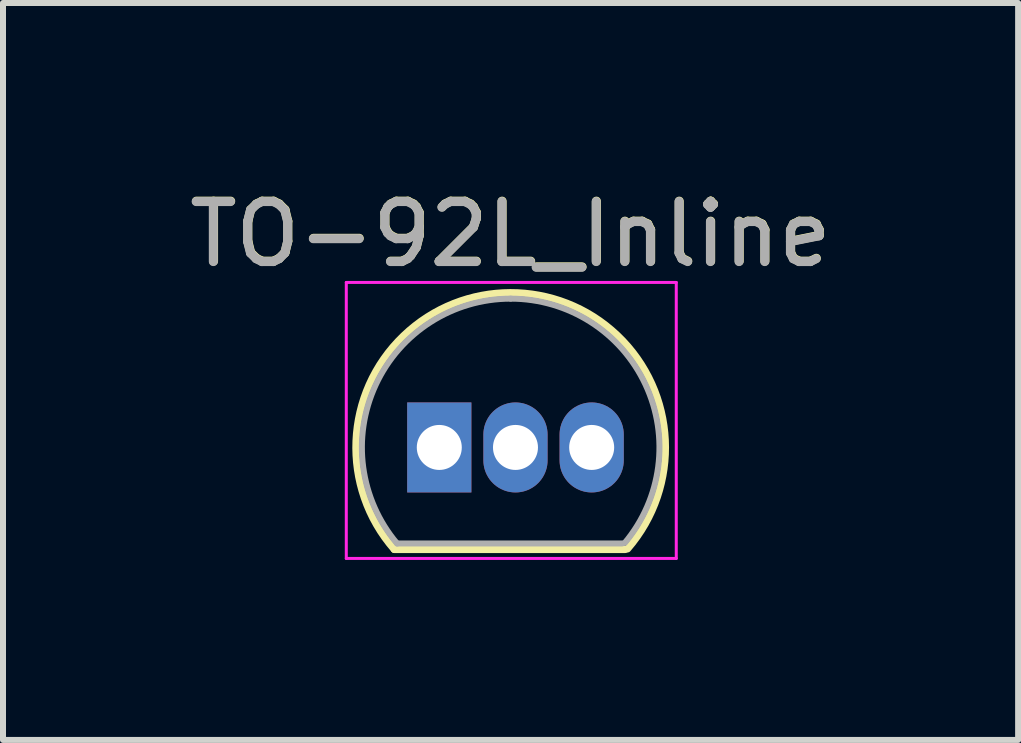
<source format=kicad_pcb>
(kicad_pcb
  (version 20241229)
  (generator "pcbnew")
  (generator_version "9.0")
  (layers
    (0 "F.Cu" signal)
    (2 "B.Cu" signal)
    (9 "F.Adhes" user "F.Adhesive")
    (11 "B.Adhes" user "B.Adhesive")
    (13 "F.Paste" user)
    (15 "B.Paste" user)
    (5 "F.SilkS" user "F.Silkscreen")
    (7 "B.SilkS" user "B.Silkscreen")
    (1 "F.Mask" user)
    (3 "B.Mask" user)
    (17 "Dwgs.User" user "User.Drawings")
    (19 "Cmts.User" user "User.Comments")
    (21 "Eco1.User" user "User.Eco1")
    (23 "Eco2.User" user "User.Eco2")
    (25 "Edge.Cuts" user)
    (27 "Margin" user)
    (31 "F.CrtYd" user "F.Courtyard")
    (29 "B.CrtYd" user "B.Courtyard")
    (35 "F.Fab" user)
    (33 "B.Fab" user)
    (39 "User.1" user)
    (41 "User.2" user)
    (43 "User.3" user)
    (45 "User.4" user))
  (footprint "TO-92L_Inline"
    (layer "F.Cu")
    (at 4.272 4.408)
    (property "Reference" "TO-92L_Inline" (at 1.19 -3.56 0) (layer "F.SilkS") (effects (font (size 1 1) (thickness 0.15))))
    (attr through_hole)
    (fp_line (start -0.75 1.7) (end 3.1 1.7) (stroke (width 0.12) (type solid)) (layer "F.SilkS"))
    (fp_arc (start -0.75 1.7) (mid 1.183448 -2.579449) (end 3.138611 1.690122) (stroke (width 0.12) (type solid)) (layer "F.SilkS"))
    (fp_line (start -1.55 -2.75) (end -1.55 1.85) (stroke (width 0.05) (type solid)) (layer "F.CrtYd"))
    (fp_line (start -1.55 -2.75) (end 3.95 -2.75) (stroke (width 0.05) (type solid)) (layer "F.CrtYd"))
    (fp_line (start 3.95 1.85) (end -1.55 1.85) (stroke (width 0.05) (type solid)) (layer "F.CrtYd"))
    (fp_line (start 3.95 1.85) (end 3.95 -2.75) (stroke (width 0.05) (type solid)) (layer "F.CrtYd"))
    (fp_line (start -0.7 1.6) (end 3.05 1.6) (stroke (width 0.1) (type solid)) (layer "F.Fab"))
    (fp_arc (start -0.702818 1.602385) (mid -1.059924 -1.043188) (end 1.19 -2.48) (stroke (width 0.1) (type solid)) (layer "F.Fab"))
    (fp_arc (start 1.19 -2.48) (mid 3.437211 -1.049019) (end 3.091103 1.592547) (stroke (width 0.1) (type solid)) (layer "F.Fab"))
    (fp_text user "${REFERENCE}" (at 1.186 -3.553 0) (layer "F.Fab") (effects (font (size 1 1) (thickness 0.15))))
    (pad "1" thru_hole rect (at 0 0) (size 1.07 1.5) (drill 0.75) (layers "*.Cu" "*.Mask"))
    (pad "2" thru_hole oval (at 1.27 0) (size 1.07 1.5) (drill 0.75) (layers "*.Cu" "*.Mask"))
    (pad "3" thru_hole oval (at 2.54 0) (size 1.07 1.5) (drill 0.75) (layers "*.Cu" "*.Mask")))
  (gr_rect
    (start -3 -3)
    (end 13.92 9.283)
    (stroke (width 0.1) (type default))
    (fill no)
    (layer "Edge.Cuts")))
</source>
